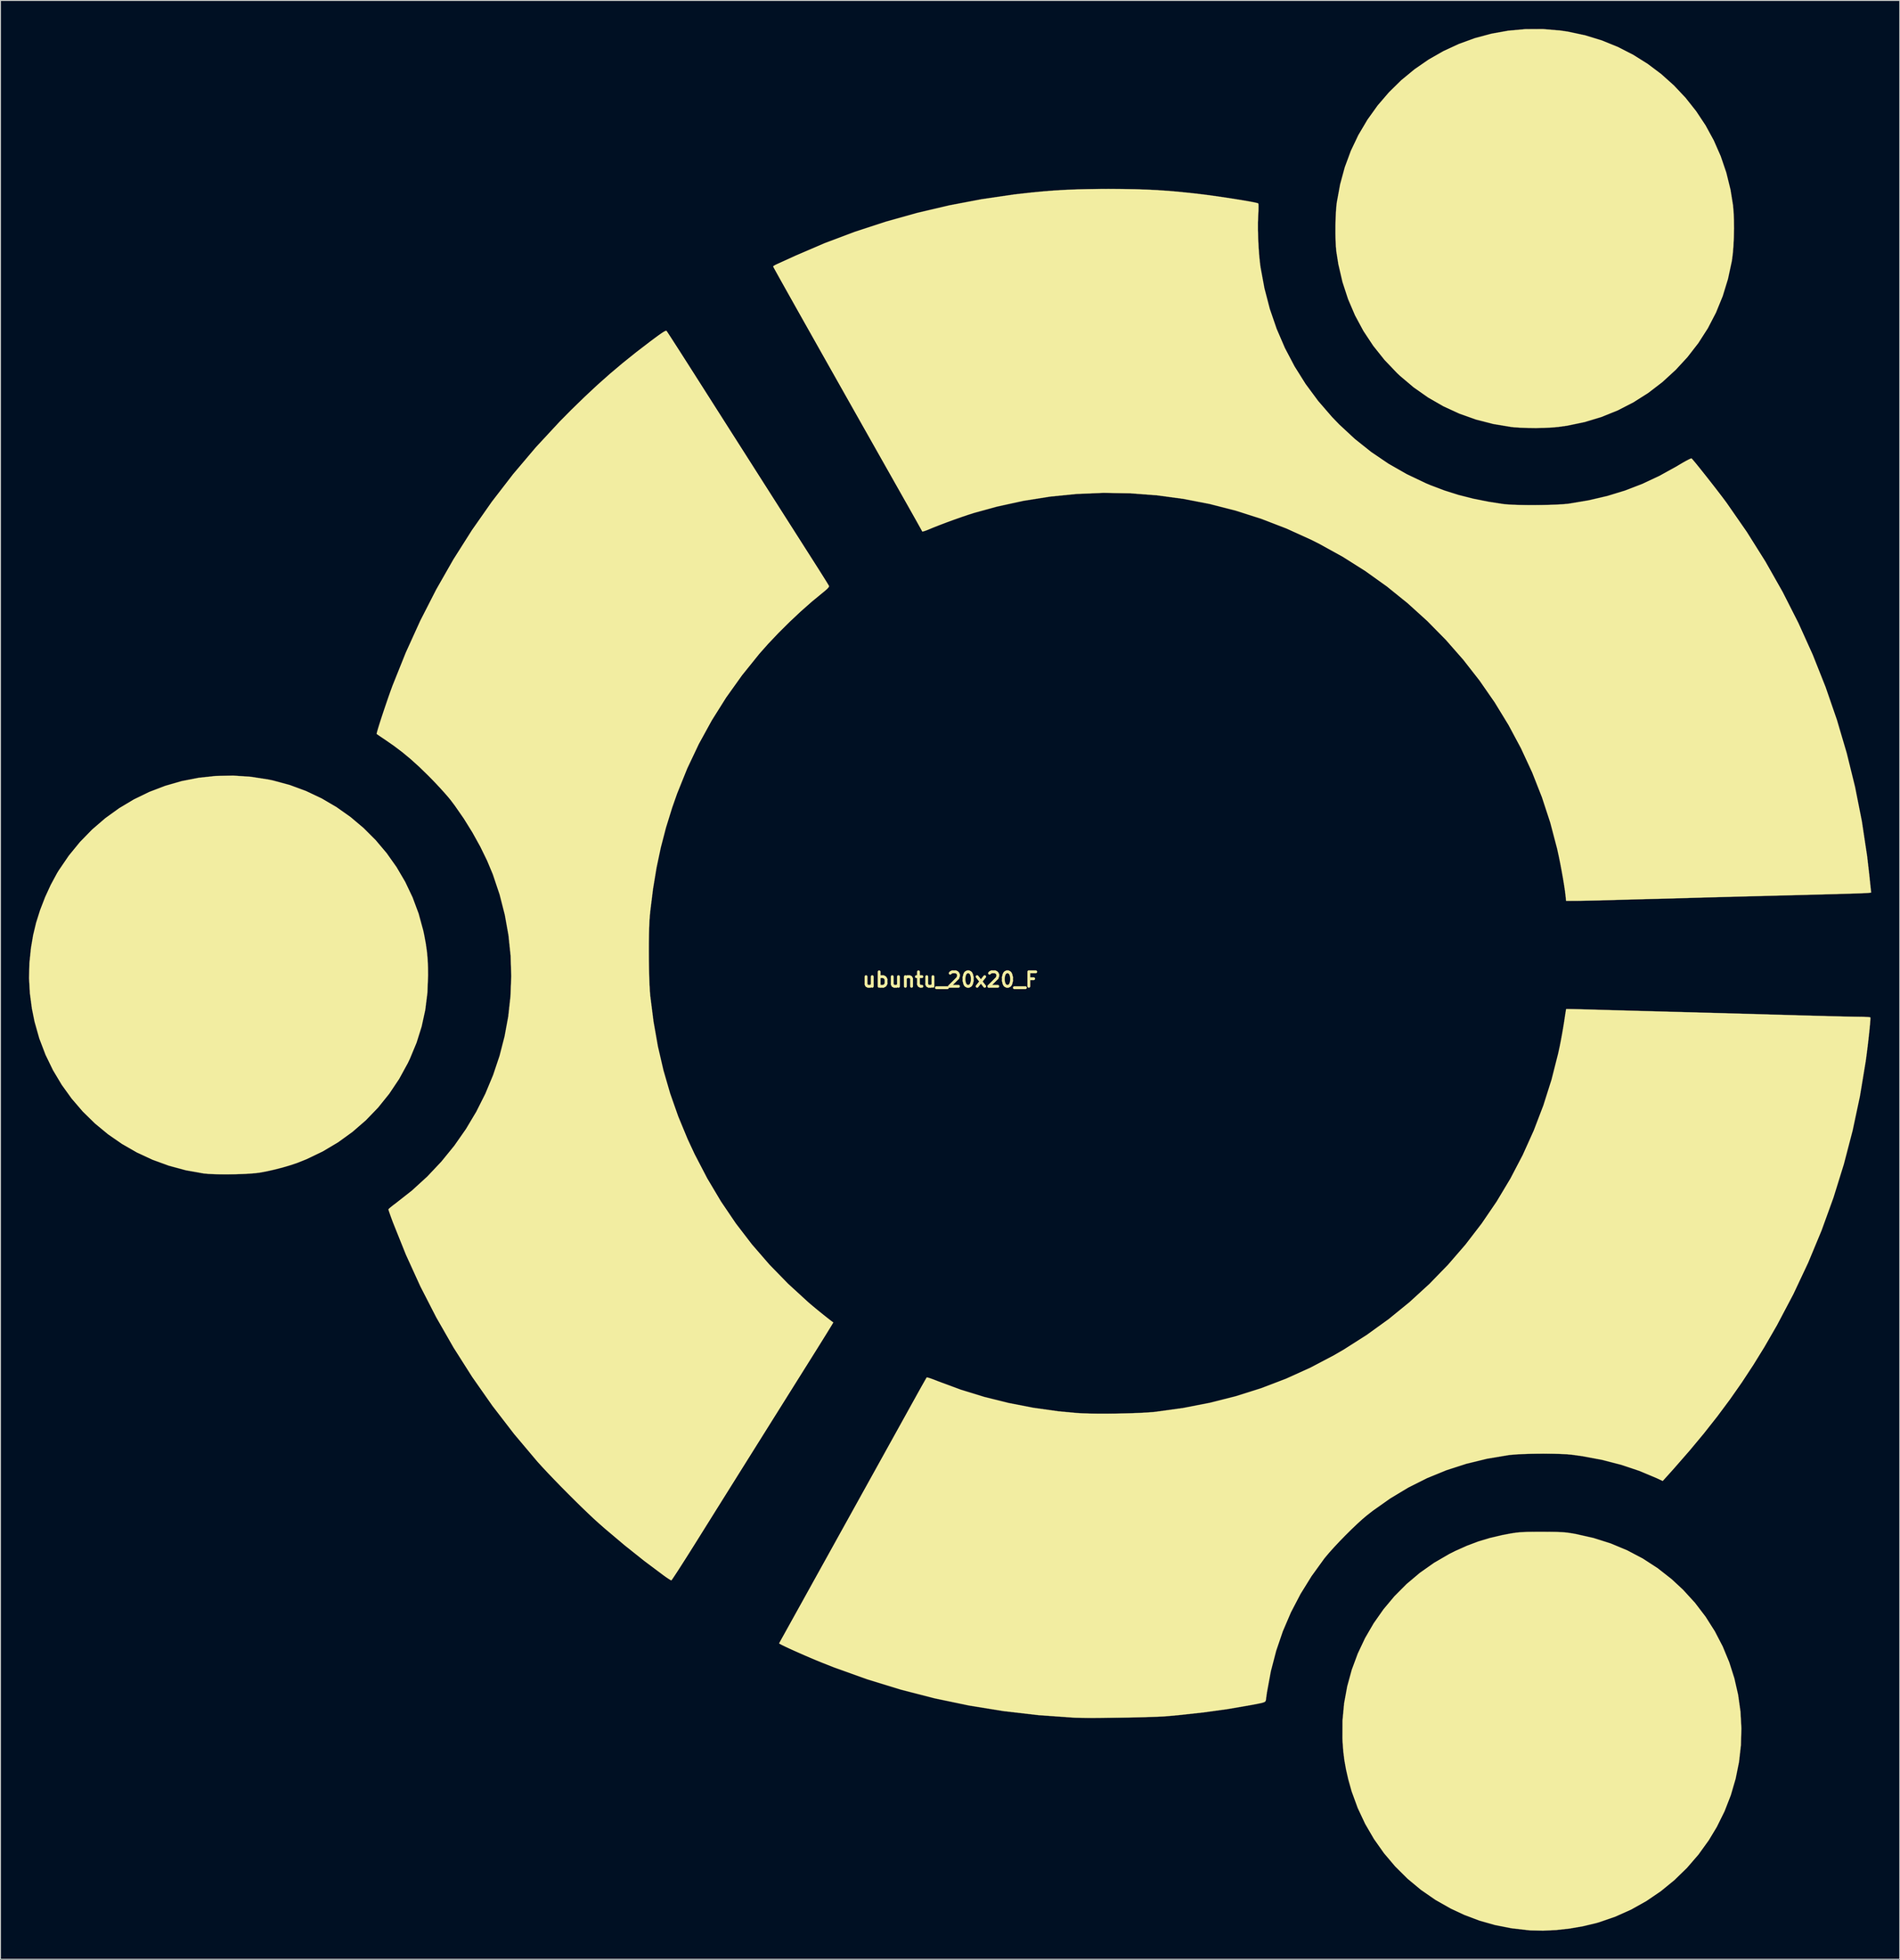
<source format=kicad_pcb>
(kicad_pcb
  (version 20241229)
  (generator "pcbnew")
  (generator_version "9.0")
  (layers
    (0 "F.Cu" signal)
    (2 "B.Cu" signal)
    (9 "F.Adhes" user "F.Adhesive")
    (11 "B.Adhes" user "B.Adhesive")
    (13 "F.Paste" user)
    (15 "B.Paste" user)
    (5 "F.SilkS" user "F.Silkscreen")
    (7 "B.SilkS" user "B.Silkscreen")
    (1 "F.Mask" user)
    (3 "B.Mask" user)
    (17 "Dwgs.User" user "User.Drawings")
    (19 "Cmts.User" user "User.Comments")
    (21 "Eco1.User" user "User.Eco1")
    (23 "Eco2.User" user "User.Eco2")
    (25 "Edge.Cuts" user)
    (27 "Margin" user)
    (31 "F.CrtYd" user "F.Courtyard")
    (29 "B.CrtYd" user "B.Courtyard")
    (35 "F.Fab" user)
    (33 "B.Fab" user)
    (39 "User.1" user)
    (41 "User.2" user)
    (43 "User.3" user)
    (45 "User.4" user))
  (footprint "ubuntu_20x20_F"
    (layer "F.Cu")
    (at 96.907 99.965)
    (property "Reference" "ubuntu_20x20_F" (at 0 0 0) (layer "F.SilkS") (effects (font (size 1.524 1.524) (thickness 0.3))))
    (attr through_hole)
    (fp_poly (pts (xy 64.209 -99.802) (xy 64.982 -99.687) (xy 66.803 -99.299) (xy 68.559 -98.759) (xy 70.244 -98.074) (xy 71.851 -97.251) (xy 73.372 -96.298) (xy 74.801 -95.223) (xy 76.131 -94.031) (xy 77.355 -92.732) (xy 78.466 -91.331) (xy 79.458 -89.837) (xy 80.322 -88.256) (xy 81.053 -86.595) (xy 81.643 -84.863) (xy 82.085 -83.066) (xy 82.346 -81.449) (xy 82.41 -80.727) (xy 82.447 -79.892) (xy 82.456 -78.99) (xy 82.438 -78.068) (xy 82.394 -77.17) (xy 82.326 -76.344) (xy 82.234 -75.634) (xy 82.223 -75.565) (xy 81.818 -73.683) (xy 81.264 -71.88) (xy 80.56 -70.156) (xy 79.707 -68.512) (xy 78.704 -66.947) (xy 77.553 -65.464) (xy 76.327 -64.135) (xy 74.924 -62.848) (xy 73.436 -61.706) (xy 71.866 -60.711) (xy 70.222 -59.866) (xy 68.507 -59.173) (xy 66.729 -58.635) (xy 64.891 -58.254) (xy 63.961 -58.125) (xy 63.276 -58.064) (xy 62.482 -58.026) (xy 61.631 -58.01) (xy 60.775 -58.017) (xy 59.964 -58.046) (xy 59.25 -58.097) (xy 59.013 -58.123) (xy 57.136 -58.434) (xy 55.318 -58.901) (xy 53.564 -59.524) (xy 51.882 -60.298) (xy 50.276 -61.221) (xy 48.752 -62.29) (xy 47.315 -63.503) (xy 47.004 -63.796) (xy 45.685 -65.178) (xy 44.509 -66.65) (xy 43.477 -68.208) (xy 42.592 -69.849) (xy 41.855 -71.568) (xy 41.269 -73.363) (xy 40.834 -75.23) (xy 40.627 -76.539) (xy 40.575 -77.084) (xy 40.542 -77.753) (xy 40.527 -78.504) (xy 40.529 -79.291) (xy 40.548 -80.071) (xy 40.584 -80.802) (xy 40.636 -81.437) (xy 40.674 -81.746) (xy 41.021 -83.634) (xy 41.512 -85.435) (xy 42.149 -87.157) (xy 42.933 -88.804) (xy 42.939 -88.814) (xy 43.892 -90.424) (xy 44.968 -91.926) (xy 46.159 -93.313) (xy 47.455 -94.583) (xy 48.848 -95.73) (xy 50.327 -96.751) (xy 51.885 -97.64) (xy 53.512 -98.392) (xy 55.198 -99.005) (xy 56.936 -99.472) (xy 58.714 -99.79) (xy 60.526 -99.954) (xy 62.36 -99.96) (xy 64.209 -99.802)) (stroke (width 0.01) (type solid)) (fill yes) (layer "F.SilkS"))
    (fp_poly (pts (xy -73.581 -21.343) (xy -71.724 -21.055) (xy -71.244 -20.954) (xy -69.469 -20.473) (xy -67.758 -19.84) (xy -66.119 -19.064) (xy -64.561 -18.152) (xy -63.09 -17.114) (xy -61.715 -15.955) (xy -60.444 -14.686) (xy -59.284 -13.313) (xy -58.244 -11.845) (xy -57.331 -10.29) (xy -56.554 -8.656) (xy -55.919 -6.95) (xy -55.435 -5.182) (xy -55.332 -4.699) (xy -55.165 -3.792) (xy -55.047 -2.962) (xy -54.971 -2.144) (xy -54.933 -1.275) (xy -54.924 -0.466) (xy -55 1.395) (xy -55.225 3.186) (xy -55.605 4.925) (xy -56.142 6.627) (xy -56.841 8.309) (xy -57.058 8.763) (xy -57.969 10.426) (xy -59.013 11.986) (xy -60.183 13.438) (xy -61.471 14.774) (xy -62.873 15.99) (xy -64.38 17.08) (xy -65.987 18.037) (xy -67.688 18.856) (xy -68.695 19.258) (xy -69.385 19.492) (xy -70.184 19.727) (xy -71.032 19.946) (xy -71.867 20.136) (xy -72.631 20.279) (xy -72.644 20.281) (xy -73.122 20.34) (xy -73.731 20.388) (xy -74.434 20.424) (xy -75.193 20.448) (xy -75.972 20.459) (xy -76.732 20.457) (xy -77.436 20.441) (xy -78.048 20.411) (xy -78.53 20.366) (xy -78.546 20.364) (xy -80.397 20.034) (xy -82.188 19.552) (xy -83.91 18.924) (xy -85.558 18.159) (xy -87.123 17.261) (xy -88.598 16.24) (xy -89.977 15.1) (xy -91.252 13.85) (xy -92.416 12.496) (xy -93.462 11.044) (xy -94.383 9.503) (xy -95.171 7.878) (xy -95.82 6.176) (xy -96.322 4.405) (xy -96.598 3.034) (xy -96.813 1.407) (xy -96.902 -0.17) (xy -96.863 -1.739) (xy -96.697 -3.343) (xy -96.468 -4.699) (xy -96.159 -5.988) (xy -95.734 -7.331) (xy -95.213 -8.679) (xy -94.614 -9.984) (xy -93.957 -11.198) (xy -93.775 -11.499) (xy -92.714 -13.053) (xy -91.539 -14.489) (xy -90.257 -15.802) (xy -88.878 -16.988) (xy -87.411 -18.044) (xy -85.866 -18.965) (xy -84.249 -19.749) (xy -82.572 -20.391) (xy -80.843 -20.887) (xy -79.07 -21.234) (xy -77.262 -21.428) (xy -75.43 -21.466) (xy -73.581 -21.343)) (stroke (width 0.01) (type solid)) (fill yes) (layer "F.SilkS"))
    (fp_poly (pts (xy 62.272 58.047) (xy 62.98 58.049) (xy 63.55 58.055) (xy 64.013 58.066) (xy 64.399 58.085) (xy 64.74 58.113) (xy 65.067 58.153) (xy 65.411 58.206) (xy 65.786 58.272) (xy 67.671 58.696) (xy 69.48 59.269) (xy 71.211 59.991) (xy 72.86 60.859) (xy 74.422 61.872) (xy 75.894 63.026) (xy 77.089 64.136) (xy 78.346 65.51) (xy 79.461 66.97) (xy 80.434 68.503) (xy 81.265 70.101) (xy 81.95 71.754) (xy 82.491 73.451) (xy 82.885 75.183) (xy 83.132 76.938) (xy 83.23 78.708) (xy 83.179 80.483) (xy 82.978 82.252) (xy 82.624 84.005) (xy 82.119 85.732) (xy 81.46 87.424) (xy 80.646 89.07) (xy 79.805 90.466) (xy 78.713 91.98) (xy 77.5 93.385) (xy 76.174 94.673) (xy 74.747 95.837) (xy 73.228 96.87) (xy 71.627 97.765) (xy 69.954 98.513) (xy 68.219 99.109) (xy 67.909 99.197) (xy 66.556 99.519) (xy 65.15 99.761) (xy 63.737 99.917) (xy 62.361 99.982) (xy 61.068 99.952) (xy 60.833 99.935) (xy 59.032 99.726) (xy 57.326 99.393) (xy 55.686 98.928) (xy 54.084 98.324) (xy 52.665 97.661) (xy 51.048 96.745) (xy 49.53 95.696) (xy 48.116 94.521) (xy 46.815 93.23) (xy 45.632 91.832) (xy 44.576 90.336) (xy 43.653 88.75) (xy 42.871 87.084) (xy 42.236 85.347) (xy 41.877 84.069) (xy 41.642 83.035) (xy 41.471 82.081) (xy 41.353 81.135) (xy 41.279 80.124) (xy 41.262 79.756) (xy 41.27 77.902) (xy 41.441 76.076) (xy 41.769 74.285) (xy 42.249 72.541) (xy 42.876 70.85) (xy 43.644 69.223) (xy 44.547 67.669) (xy 45.581 66.196) (xy 46.739 64.814) (xy 48.017 63.532) (xy 49.409 62.358) (xy 50.909 61.302) (xy 52.512 60.372) (xy 53.128 60.063) (xy 54.353 59.514) (xy 55.552 59.063) (xy 56.779 58.693) (xy 58.086 58.387) (xy 58.925 58.228) (xy 59.278 58.17) (xy 59.609 58.126) (xy 59.948 58.093) (xy 60.324 58.07) (xy 60.769 58.056) (xy 61.311 58.049) (xy 61.982 58.046) (xy 62.272 58.047)) (stroke (width 0.01) (type solid)) (fill yes) (layer "F.SilkS"))
    (fp_poly (pts (xy -29.839 -68.221) (xy -29.776 -68.132) (xy -29.632 -67.913) (xy -29.412 -67.576) (xy -29.127 -67.135) (xy -28.784 -66.602) (xy -28.39 -65.989) (xy -27.955 -65.309) (xy -27.487 -64.576) (xy -26.993 -63.801) (xy -26.99 -63.796) (xy -26.477 -62.99) (xy -25.892 -62.072) (xy -25.245 -61.056) (xy -24.545 -59.956) (xy -23.8 -58.788) (xy -23.022 -57.566) (xy -22.218 -56.305) (xy -21.398 -55.019) (xy -20.572 -53.722) (xy -19.749 -52.43) (xy -18.938 -51.158) (xy -18.148 -49.919) (xy -17.39 -48.728) (xy -16.671 -47.601) (xy -16.001 -46.551) (xy -15.391 -45.594) (xy -14.848 -44.743) (xy -14.383 -44.014) (xy -14.199 -43.725) (xy -13.848 -43.174) (xy -13.526 -42.664) (xy -13.244 -42.215) (xy -13.014 -41.846) (xy -12.848 -41.574) (xy -12.756 -41.418) (xy -12.743 -41.392) (xy -12.776 -41.283) (xy -12.938 -41.101) (xy -13.235 -40.841) (xy -13.438 -40.677) (xy -14.564 -39.75) (xy -15.737 -38.713) (xy -16.918 -37.604) (xy -18.069 -36.46) (xy -19.152 -35.318) (xy -20.079 -34.273) (xy -21.896 -32.018) (xy -23.562 -29.687) (xy -25.077 -27.278) (xy -26.443 -24.791) (xy -27.66 -22.224) (xy -28.728 -19.577) (xy -29.255 -18.076) (xy -29.9 -15.995) (xy -30.444 -13.905) (xy -30.895 -11.772) (xy -31.261 -9.561) (xy -31.547 -7.238) (xy -31.598 -6.731) (xy -31.637 -6.195) (xy -31.667 -5.521) (xy -31.688 -4.739) (xy -31.7 -3.88) (xy -31.703 -2.974) (xy -31.698 -2.052) (xy -31.684 -1.144) (xy -31.662 -0.281) (xy -31.632 0.506) (xy -31.594 1.187) (xy -31.552 1.693) (xy -31.21 4.4) (xy -30.751 7) (xy -30.169 9.514) (xy -29.458 11.964) (xy -28.611 14.37) (xy -27.624 16.753) (xy -26.885 18.339) (xy -25.56 20.883) (xy -24.117 23.308) (xy -22.55 25.622) (xy -20.854 27.831) (xy -19.023 29.943) (xy -17.052 31.965) (xy -14.936 33.903) (xy -14.774 34.043) (xy -14.467 34.302) (xy -14.105 34.603) (xy -13.715 34.921) (xy -13.323 35.237) (xy -12.957 35.528) (xy -12.644 35.773) (xy -12.411 35.95) (xy -12.295 36.03) (xy -12.335 36.102) (xy -12.456 36.305) (xy -12.651 36.624) (xy -12.911 37.047) (xy -13.229 37.56) (xy -13.596 38.15) (xy -14.004 38.804) (xy -14.445 39.509) (xy -14.656 39.845) (xy -16.059 42.081) (xy -17.375 44.181) (xy -18.61 46.149) (xy -19.766 47.994) (xy -20.849 49.722) (xy -21.862 51.338) (xy -22.809 52.851) (xy -23.695 54.265) (xy -24.523 55.587) (xy -25.297 56.825) (xy -26.022 57.984) (xy -26.464 58.691) (xy -26.957 59.478) (xy -27.424 60.22) (xy -27.859 60.906) (xy -28.253 61.523) (xy -28.598 62.06) (xy -28.887 62.503) (xy -29.111 62.841) (xy -29.262 63.062) (xy -29.334 63.152) (xy -29.337 63.154) (xy -29.437 63.107) (xy -29.64 62.98) (xy -29.914 62.795) (xy -30.141 62.633) (xy -32.188 61.101) (xy -34.257 59.453) (xy -36.303 57.727) (xy -36.999 57.116) (xy -37.511 56.651) (xy -38.113 56.084) (xy -38.783 55.438) (xy -39.497 54.738) (xy -40.232 54.005) (xy -40.964 53.265) (xy -41.67 52.539) (xy -42.328 51.852) (xy -42.913 51.226) (xy -43.403 50.686) (xy -43.452 50.631) (xy -45.876 47.756) (xy -48.15 44.803) (xy -50.274 41.773) (xy -52.248 38.667) (xy -54.07 35.485) (xy -55.74 32.229) (xy -57.258 28.9) (xy -58.624 25.498) (xy -58.665 25.386) (xy -58.819 24.969) (xy -58.948 24.608) (xy -59.043 24.332) (xy -59.092 24.172) (xy -59.097 24.147) (xy -59.033 24.066) (xy -58.858 23.913) (xy -58.601 23.709) (xy -58.356 23.527) (xy -56.619 22.163) (xy -55.006 20.69) (xy -53.521 19.115) (xy -52.164 17.448) (xy -50.939 15.696) (xy -49.848 13.868) (xy -48.894 11.971) (xy -48.079 10.015) (xy -47.405 8.006) (xy -46.875 5.954) (xy -46.491 3.866) (xy -46.256 1.75) (xy -46.172 -0.384) (xy -46.241 -2.53) (xy -46.467 -4.679) (xy -46.85 -6.822) (xy -47.395 -8.951) (xy -48.102 -11.059) (xy -48.114 -11.091) (xy -48.713 -12.526) (xy -49.436 -14.006) (xy -50.262 -15.494) (xy -51.167 -16.951) (xy -52.13 -18.337) (xy -52.541 -18.881) (xy -52.817 -19.219) (xy -53.187 -19.644) (xy -53.624 -20.127) (xy -54.101 -20.638) (xy -54.59 -21.147) (xy -54.905 -21.465) (xy -55.85 -22.384) (xy -56.743 -23.192) (xy -57.623 -23.922) (xy -58.529 -24.606) (xy -59.449 -25.243) (xy -59.78 -25.465) (xy -60.058 -25.653) (xy -60.252 -25.787) (xy -60.335 -25.847) (xy -60.335 -25.847) (xy -60.323 -25.938) (xy -60.262 -26.168) (xy -60.159 -26.513) (xy -60.022 -26.953) (xy -59.857 -27.465) (xy -59.672 -28.027) (xy -59.474 -28.619) (xy -59.27 -29.218) (xy -59.068 -29.801) (xy -58.874 -30.348) (xy -58.695 -30.837) (xy -58.655 -30.946) (xy -57.269 -34.395) (xy -55.743 -37.752) (xy -54.074 -41.017) (xy -52.263 -44.191) (xy -50.309 -47.273) (xy -48.212 -50.266) (xy -45.972 -53.169) (xy -43.587 -55.984) (xy -41.057 -58.71) (xy -39.865 -59.915) (xy -38.463 -61.278) (xy -37.116 -62.535) (xy -35.784 -63.717) (xy -34.428 -64.86) (xy -33.009 -65.997) (xy -31.598 -67.078) (xy -31.06 -67.481) (xy -30.639 -67.788) (xy -30.324 -68.007) (xy -30.099 -68.149) (xy -29.95 -68.222) (xy -29.864 -68.235) (xy -29.839 -68.221)) (stroke (width 0.01) (type solid)) (fill yes) (layer "F.SilkS"))
    (fp_poly (pts (xy 65.119 3.077) (xy 65.483 3.083) (xy 65.956 3.094) (xy 66.516 3.108) (xy 67.145 3.125) (xy 67.524 3.136) (xy 68.075 3.152) (xy 68.773 3.172) (xy 69.597 3.195) (xy 70.524 3.221) (xy 71.532 3.249) (xy 72.601 3.278) (xy 73.706 3.308) (xy 74.828 3.339) (xy 75.943 3.369) (xy 76.496 3.384) (xy 77.563 3.413) (xy 78.618 3.441) (xy 79.645 3.469) (xy 80.625 3.496) (xy 81.539 3.521) (xy 82.369 3.544) (xy 83.097 3.564) (xy 83.706 3.581) (xy 84.176 3.594) (xy 84.413 3.601) (xy 86.262 3.654) (xy 87.944 3.702) (xy 89.46 3.744) (xy 90.813 3.781) (xy 92.004 3.813) (xy 93.034 3.839) (xy 93.907 3.861) (xy 94.623 3.877) (xy 95.185 3.888) (xy 95.594 3.893) (xy 95.774 3.894) (xy 96.165 3.9) (xy 96.489 3.914) (xy 96.712 3.934) (xy 96.798 3.958) (xy 96.803 4.068) (xy 96.789 4.321) (xy 96.759 4.695) (xy 96.714 5.164) (xy 96.658 5.706) (xy 96.593 6.295) (xy 96.522 6.909) (xy 96.446 7.523) (xy 96.37 8.114) (xy 96.304 8.594) (xy 95.697 12.255) (xy 94.929 15.862) (xy 94.001 19.415) (xy 92.913 22.912) (xy 91.665 26.354) (xy 90.258 29.739) (xy 88.691 33.066) (xy 86.965 36.337) (xy 85.653 38.608) (xy 84.485 40.499) (xy 83.281 42.332) (xy 82.023 44.128) (xy 80.696 45.911) (xy 79.281 47.704) (xy 77.761 49.528) (xy 76.119 51.407) (xy 75.411 52.195) (xy 74.953 52.7) (xy 74.285 52.388) (xy 72.493 51.637) (xy 70.588 51) (xy 68.586 50.484) (xy 66.501 50.092) (xy 65.405 49.94) (xy 64.891 49.893) (xy 64.243 49.859) (xy 63.498 49.837) (xy 62.69 49.828) (xy 61.855 49.83) (xy 61.029 49.844) (xy 60.247 49.87) (xy 59.545 49.907) (xy 58.958 49.955) (xy 58.726 49.982) (xy 56.468 50.362) (xy 54.29 50.892) (xy 52.186 51.572) (xy 50.154 52.405) (xy 48.189 53.392) (xy 46.289 54.535) (xy 44.448 55.835) (xy 43.816 56.329) (xy 43.345 56.727) (xy 42.796 57.227) (xy 42.198 57.798) (xy 41.578 58.413) (xy 40.964 59.042) (xy 40.386 59.658) (xy 39.871 60.231) (xy 39.448 60.733) (xy 39.335 60.875) (xy 38.011 62.707) (xy 36.848 64.584) (xy 35.842 66.513) (xy 34.99 68.503) (xy 34.288 70.563) (xy 33.732 72.701) (xy 33.32 74.925) (xy 33.233 75.54) (xy 33.216 75.686) (xy 33.194 75.797) (xy 33.146 75.881) (xy 33.05 75.948) (xy 32.883 76.008) (xy 32.623 76.071) (xy 32.249 76.146) (xy 31.738 76.243) (xy 31.538 76.28) (xy 29.162 76.688) (xy 26.626 77.038) (xy 23.933 77.33) (xy 22.775 77.434) (xy 22.365 77.461) (xy 21.811 77.487) (xy 21.137 77.512) (xy 20.367 77.535) (xy 19.528 77.556) (xy 18.642 77.574) (xy 17.736 77.589) (xy 16.834 77.601) (xy 15.961 77.609) (xy 15.142 77.613) (xy 14.4 77.612) (xy 13.762 77.606) (xy 13.251 77.595) (xy 13.039 77.586) (xy 9.302 77.323) (xy 5.61 76.896) (xy 1.963 76.306) (xy -1.64 75.553) (xy -5.199 74.636) (xy -8.717 73.556) (xy -12.192 72.311) (xy -13.547 71.777) (xy -14.11 71.546) (xy -14.7 71.297) (xy -15.297 71.041) (xy -15.881 70.785) (xy -16.433 70.54) (xy -16.931 70.313) (xy -17.357 70.114) (xy -17.69 69.952) (xy -17.91 69.836) (xy -17.997 69.774) (xy -17.997 69.77) (xy -17.948 69.682) (xy -17.822 69.454) (xy -17.624 69.097) (xy -17.359 68.62) (xy -17.032 68.031) (xy -16.649 67.34) (xy -16.214 66.556) (xy -15.732 65.689) (xy -15.21 64.747) (xy -14.651 63.739) (xy -14.062 62.676) (xy -13.446 61.566) (xy -12.809 60.419) (xy -12.157 59.242) (xy -11.494 58.047) (xy -10.825 56.842) (xy -10.156 55.635) (xy -9.492 54.438) (xy -8.837 53.257) (xy -8.198 52.104) (xy -7.578 50.987) (xy -6.983 49.914) (xy -6.419 48.896) (xy -5.889 47.942) (xy -5.401 47.061) (xy -4.957 46.261) (xy -4.565 45.553) (xy -4.228 44.945) (xy -3.951 44.447) (xy -3.741 44.068) (xy -3.602 43.817) (xy -3.578 43.773) (xy -3.29 43.255) (xy -3.028 42.786) (xy -2.803 42.387) (xy -2.627 42.078) (xy -2.511 41.879) (xy -2.468 41.812) (xy -2.374 41.822) (xy -2.154 41.888) (xy -1.835 42) (xy -1.447 42.148) (xy -1.27 42.219) (xy 1.107 43.1) (xy 3.584 43.862) (xy 6.139 44.498) (xy 8.747 45.003) (xy 11.384 45.373) (xy 13.356 45.556) (xy 13.95 45.588) (xy 14.673 45.61) (xy 15.494 45.621) (xy 16.382 45.623) (xy 17.304 45.615) (xy 18.23 45.599) (xy 19.128 45.574) (xy 19.966 45.541) (xy 20.714 45.501) (xy 21.339 45.454) (xy 21.59 45.429) (xy 24.498 45.027) (xy 27.322 44.478) (xy 30.067 43.783) (xy 32.737 42.938) (xy 35.337 41.944) (xy 37.872 40.797) (xy 40.347 39.497) (xy 41.402 38.885) (xy 43.819 37.346) (xy 46.129 35.68) (xy 48.325 33.892) (xy 50.406 31.987) (xy 52.366 29.972) (xy 54.203 27.851) (xy 55.911 25.63) (xy 57.488 23.316) (xy 58.929 20.912) (xy 60.23 18.425) (xy 61.387 15.86) (xy 62.397 13.222) (xy 63.256 10.518) (xy 63.959 7.753) (xy 64.13 6.957) (xy 64.247 6.362) (xy 64.369 5.706) (xy 64.482 5.057) (xy 64.576 4.482) (xy 64.602 4.312) (xy 64.666 3.88) (xy 64.722 3.513) (xy 64.766 3.241) (xy 64.793 3.094) (xy 64.798 3.076) (xy 64.884 3.074) (xy 65.119 3.077)) (stroke (width 0.01) (type solid)) (fill yes) (layer "F.SilkS"))
    (fp_poly (pts (xy 18.109 -83.141) (xy 19.419 -83.12) (xy 20.638 -83.081) (xy 21.806 -83.023) (xy 22.962 -82.944) (xy 24.146 -82.84) (xy 25.396 -82.711) (xy 26.11 -82.631) (xy 26.718 -82.556) (xy 27.382 -82.469) (xy 28.079 -82.372) (xy 28.79 -82.268) (xy 29.493 -82.161) (xy 30.166 -82.055) (xy 30.789 -81.953) (xy 31.341 -81.858) (xy 31.8 -81.773) (xy 32.144 -81.702) (xy 32.354 -81.648) (xy 32.404 -81.627) (xy 32.426 -81.528) (xy 32.433 -81.29) (xy 32.428 -80.944) (xy 32.409 -80.518) (xy 32.399 -80.349) (xy 32.372 -79.639) (xy 32.372 -78.812) (xy 32.396 -77.917) (xy 32.443 -77.003) (xy 32.508 -76.118) (xy 32.592 -75.313) (xy 32.643 -74.93) (xy 33.056 -72.695) (xy 33.621 -70.531) (xy 34.339 -68.441) (xy 35.207 -66.426) (xy 36.225 -64.49) (xy 37.391 -62.634) (xy 38.704 -60.86) (xy 40.163 -59.172) (xy 40.933 -58.375) (xy 42.566 -56.861) (xy 44.29 -55.488) (xy 46.11 -54.254) (xy 48.028 -53.159) (xy 50.046 -52.199) (xy 50.534 -51.994) (xy 51.984 -51.444) (xy 53.461 -50.977) (xy 55.001 -50.585) (xy 56.638 -50.259) (xy 58.166 -50.022) (xy 58.603 -49.978) (xy 59.177 -49.945) (xy 59.856 -49.922) (xy 60.609 -49.909) (xy 61.404 -49.907) (xy 62.21 -49.914) (xy 62.993 -49.931) (xy 63.724 -49.957) (xy 64.37 -49.992) (xy 64.898 -50.037) (xy 65.109 -50.062) (xy 67.175 -50.411) (xy 69.131 -50.866) (xy 71.001 -51.439) (xy 72.812 -52.137) (xy 74.592 -52.971) (xy 76.366 -53.949) (xy 76.646 -54.117) (xy 77.06 -54.361) (xy 77.426 -54.566) (xy 77.719 -54.718) (xy 77.914 -54.805) (xy 77.983 -54.818) (xy 78.07 -54.731) (xy 78.246 -54.527) (xy 78.495 -54.226) (xy 78.804 -53.845) (xy 79.158 -53.402) (xy 79.543 -52.917) (xy 79.944 -52.407) (xy 80.347 -51.891) (xy 80.738 -51.386) (xy 81.101 -50.912) (xy 81.423 -50.486) (xy 81.689 -50.128) (xy 81.7 -50.111) (xy 83.806 -47.078) (xy 85.763 -43.963) (xy 87.572 -40.771) (xy 89.229 -37.506) (xy 90.734 -34.175) (xy 92.084 -30.78) (xy 93.277 -27.327) (xy 94.313 -23.819) (xy 95.189 -20.263) (xy 95.903 -16.662) (xy 96.454 -13.02) (xy 96.688 -10.985) (xy 96.742 -10.466) (xy 96.79 -10.002) (xy 96.832 -9.621) (xy 96.862 -9.349) (xy 96.879 -9.214) (xy 96.88 -9.208) (xy 96.882 -9.194) (xy 96.877 -9.18) (xy 96.856 -9.168) (xy 96.812 -9.156) (xy 96.737 -9.145) (xy 96.623 -9.134) (xy 96.461 -9.122) (xy 96.246 -9.11) (xy 95.967 -9.098) (xy 95.618 -9.084) (xy 95.19 -9.069) (xy 94.676 -9.053) (xy 94.067 -9.035) (xy 93.357 -9.014) (xy 92.536 -8.992) (xy 91.597 -8.966) (xy 90.532 -8.938) (xy 89.334 -8.907) (xy 87.994 -8.872) (xy 86.504 -8.834) (xy 84.857 -8.792) (xy 83.989 -8.769) (xy 83.021 -8.744) (xy 82.069 -8.72) (xy 81.152 -8.695) (xy 80.289 -8.672) (xy 79.501 -8.651) (xy 78.807 -8.632) (xy 78.225 -8.616) (xy 77.777 -8.603) (xy 77.512 -8.594) (xy 77.029 -8.58) (xy 76.426 -8.562) (xy 75.753 -8.544) (xy 75.058 -8.526) (xy 74.392 -8.509) (xy 74.295 -8.507) (xy 73.689 -8.492) (xy 72.958 -8.473) (xy 72.146 -8.451) (xy 71.296 -8.428) (xy 70.452 -8.404) (xy 69.658 -8.381) (xy 69.596 -8.379) (xy 68.872 -8.359) (xy 68.15 -8.341) (xy 67.464 -8.325) (xy 66.842 -8.312) (xy 66.317 -8.303) (xy 65.919 -8.299) (xy 65.817 -8.298) (xy 64.79 -8.297) (xy 64.731 -8.869) (xy 64.67 -9.364) (xy 64.577 -9.986) (xy 64.459 -10.698) (xy 64.322 -11.459) (xy 64.175 -12.234) (xy 64.023 -12.983) (xy 63.874 -13.669) (xy 63.844 -13.8) (xy 63.125 -16.527) (xy 62.249 -19.195) (xy 61.223 -21.798) (xy 60.049 -24.331) (xy 58.733 -26.788) (xy 57.281 -29.162) (xy 55.695 -31.448) (xy 53.982 -33.64) (xy 52.146 -35.732) (xy 50.191 -37.718) (xy 48.123 -39.591) (xy 45.946 -41.347) (xy 43.665 -42.978) (xy 41.285 -44.48) (xy 38.81 -45.846) (xy 37.973 -46.266) (xy 35.371 -47.446) (xy 32.72 -48.467) (xy 30.026 -49.327) (xy 27.295 -50.025) (xy 24.533 -50.561) (xy 21.748 -50.936) (xy 18.945 -51.147) (xy 16.131 -51.195) (xy 13.312 -51.079) (xy 10.496 -50.798) (xy 7.687 -50.353) (xy 4.894 -49.742) (xy 2.54 -49.094) (xy 1.914 -48.896) (xy 1.182 -48.649) (xy 0.393 -48.37) (xy -0.406 -48.078) (xy -1.168 -47.789) (xy -1.845 -47.52) (xy -2.2 -47.372) (xy -2.514 -47.245) (xy -2.764 -47.159) (xy -2.914 -47.126) (xy -2.941 -47.134) (xy -2.986 -47.221) (xy -3.106 -47.439) (xy -3.29 -47.77) (xy -3.529 -48.197) (xy -3.814 -48.704) (xy -4.135 -49.274) (xy -4.471 -49.87) (xy -5.95 -52.485) (xy -7.345 -54.953) (xy -8.658 -57.276) (xy -9.888 -59.452) (xy -11.035 -61.484) (xy -12.1 -63.371) (xy -13.084 -65.114) (xy -13.986 -66.714) (xy -14.807 -68.171) (xy -15.548 -69.485) (xy -16.208 -70.658) (xy -16.787 -71.689) (xy -17.287 -72.58) (xy -17.707 -73.33) (xy -18.048 -73.941) (xy -18.31 -74.413) (xy -18.494 -74.746) (xy -18.599 -74.942) (xy -18.627 -75) (xy -18.556 -75.068) (xy -18.375 -75.172) (xy -18.224 -75.243) (xy -18.022 -75.334) (xy -17.698 -75.481) (xy -17.282 -75.67) (xy -16.806 -75.886) (xy -16.302 -76.117) (xy -16.256 -76.138) (xy -13.194 -77.452) (xy -10.03 -78.642) (xy -6.781 -79.704) (xy -3.466 -80.632) (xy -0.102 -81.422) (xy 3.293 -82.067) (xy 6.699 -82.565) (xy 7.262 -82.632) (xy 8.549 -82.774) (xy 9.75 -82.89) (xy 10.904 -82.981) (xy 12.05 -83.05) (xy 13.227 -83.099) (xy 14.472 -83.13) (xy 15.826 -83.145) (xy 16.67 -83.148) (xy 18.109 -83.141)) (stroke (width 0.01) (type solid)) (fill yes) (layer "F.SilkS")))
  (gr_rect
    (start -3 -3)
    (end 196.794 202.952)
    (stroke (width 0.1) (type default))
    (fill no)
    (layer "Edge.Cuts")))
</source>
